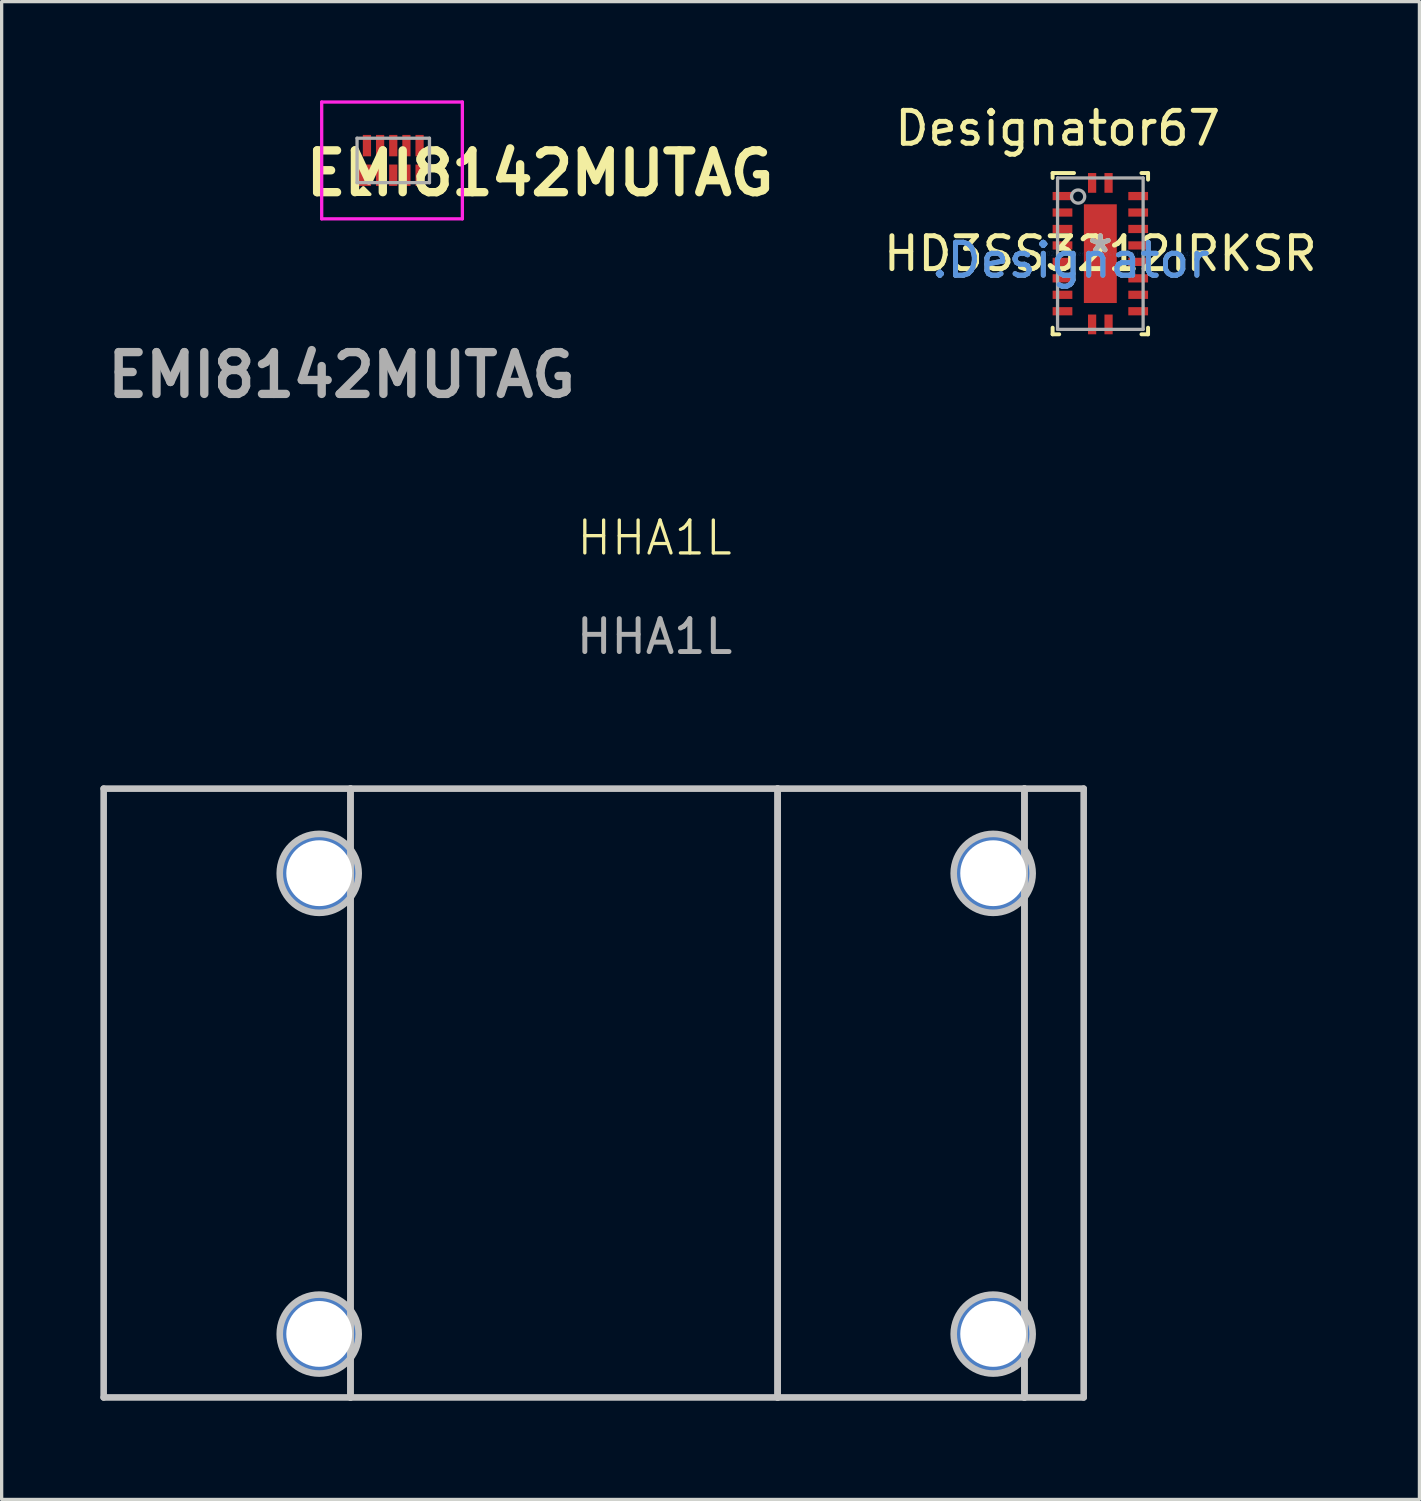
<source format=kicad_pcb>
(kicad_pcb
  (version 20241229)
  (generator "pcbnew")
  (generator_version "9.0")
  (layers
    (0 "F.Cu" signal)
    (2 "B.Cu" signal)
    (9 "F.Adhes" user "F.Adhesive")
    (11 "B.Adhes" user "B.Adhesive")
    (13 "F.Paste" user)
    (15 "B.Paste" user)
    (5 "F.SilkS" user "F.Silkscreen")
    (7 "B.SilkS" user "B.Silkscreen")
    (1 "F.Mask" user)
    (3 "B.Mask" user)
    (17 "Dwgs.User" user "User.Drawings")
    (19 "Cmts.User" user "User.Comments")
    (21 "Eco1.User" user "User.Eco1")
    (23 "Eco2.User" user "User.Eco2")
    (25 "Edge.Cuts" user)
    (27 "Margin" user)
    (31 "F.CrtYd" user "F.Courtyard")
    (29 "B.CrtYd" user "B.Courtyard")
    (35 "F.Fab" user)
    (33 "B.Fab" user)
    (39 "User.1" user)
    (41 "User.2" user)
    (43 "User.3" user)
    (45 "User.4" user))
  (footprint "EMI8142MUTAG"
    (layer "F.Cu")
    (at 8.9 1.825)
    (property "Reference" "EMI8142MUTAG" (at 4.46 0.39 0) (layer "F.SilkS") (effects (font (size 1.27 1.27) (thickness 0.254))))
    (attr smd)
    (fp_poly (pts (xy -0.91 0.83) (xy -1.11 1.03) (xy -0.71 1.03)) (stroke (width 0.1) (type solid)) (fill yes) (layer "F.SilkS"))
    (fp_line (start -2.175 -1.775) (end 2.1 -1.775) (stroke (width 0.1) (type solid)) (layer "F.CrtYd"))
    (fp_line (start -2.175 1.775) (end -2.175 -1.775) (stroke (width 0.1) (type solid)) (layer "F.CrtYd"))
    (fp_line (start 2.1 -1.775) (end 2.1 1.775) (stroke (width 0.1) (type solid)) (layer "F.CrtYd"))
    (fp_line (start 2.1 1.775) (end -2.175 1.775) (stroke (width 0.1) (type solid)) (layer "F.CrtYd"))
    (fp_line (start -1.1 -0.675) (end -1.1 0.675) (stroke (width 0.1) (type solid)) (layer "F.Fab"))
    (fp_line (start -1.1 0.675) (end 1.1 0.675) (stroke (width 0.1) (type solid)) (layer "F.Fab"))
    (fp_line (start 1.1 -0.675) (end -1.1 -0.675) (stroke (width 0.1) (type solid)) (layer "F.Fab"))
    (fp_line (start 1.1 0.675) (end 1.1 -0.675) (stroke (width 0.1) (type solid)) (layer "F.Fab"))
    (fp_text user "${REFERENCE}" (at -1.57 6.52 0) (layer "F.Fab") (effects (font (size 1.27 1.27) (thickness 0.254))))
    (pad "1" smd rect (at -0.925 0.45) (size 0.5 0.65) (layers "F.Cu" "F.Mask" "F.Paste"))
    (pad "2" smd rect (at -0.4 0.45) (size 0.25 0.65) (layers "F.Cu" "F.Mask" "F.Paste"))
    (pad "3" smd rect (at 0 0.45) (size 0.25 0.65) (layers "F.Cu" "F.Mask" "F.Paste"))
    (pad "4" smd rect (at 0.4 0.45) (size 0.25 0.65) (layers "F.Cu" "F.Mask" "F.Paste"))
    (pad "5" smd rect (at 0.8 0.45) (size 0.25 0.65) (layers "F.Cu" "F.Mask" "F.Paste"))
    (pad "6" smd rect (at 0.8 -0.45) (size 0.25 0.65) (layers "F.Cu" "F.Mask" "F.Paste"))
    (pad "7" smd rect (at 0.4 -0.45) (size 0.25 0.65) (layers "F.Cu" "F.Mask" "F.Paste"))
    (pad "8" smd rect (at 0 -0.45) (size 0.25 0.65) (layers "F.Cu" "F.Mask" "F.Paste"))
    (pad "9" smd rect (at -0.4 -0.45) (size 0.25 0.65) (layers "F.Cu" "F.Mask" "F.Paste"))
    (pad "10" smd rect (at -0.8 -0.45) (size 0.25 0.65) (layers "F.Cu" "F.Mask" "F.Paste")))
  (footprint "HD3SS3212IRKSR"
    (layer "F.Cu")
    (at 30.386 4.658)
    (property "Reference" "HD3SS3212IRKSR" (at 0 0 0) (layer "F.SilkS") (effects (font (size 1 1) (thickness 0.15))))
    (attr through_hole)
    (fp_line (start -1.45 2.45) (end -1.45 2.25) (stroke (width 0.12) (type solid)) (layer "F.SilkS"))
    (fp_line (start -1.45 2.45) (end -1.25 2.45) (stroke (width 0.12) (type solid)) (layer "F.SilkS"))
    (fp_line (start -1.45 -2.45) (end -0.8 -2.45) (stroke (width 0.12) (type solid)) (layer "F.SilkS"))
    (fp_line (start -1.45 -2.3) (end -1.45 -2.45) (stroke (width 0.12) (type solid)) (layer "F.SilkS"))
    (fp_line (start 1.25 -2.45) (end 1.45 -2.45) (stroke (width 0.12) (type solid)) (layer "F.SilkS"))
    (fp_line (start 1.25 2.45) (end 1.45 2.45) (stroke (width 0.12) (type solid)) (layer "F.SilkS"))
    (fp_line (start 1.45 -2.25) (end 1.45 -2.45) (stroke (width 0.12) (type solid)) (layer "F.SilkS"))
    (fp_line (start 1.45 2.45) (end 1.45 2.25) (stroke (width 0.12) (type solid)) (layer "F.SilkS"))
    (fp_poly (pts (xy -0.475 -0.157) (xy -0.475 -1.363) (xy -0.474 -1.373) (xy -0.471 -1.383) (xy -0.466 -1.392) (xy -0.46 -1.4) (xy -0.452 -1.406) (xy -0.443 -1.411) (xy -0.433 -1.414) (xy -0.423 -1.415) (xy 0.423 -1.415) (xy 0.433 -1.414) (xy 0.443 -1.411) (xy 0.452 -1.406) (xy 0.46 -1.4) (xy 0.466 -1.392) (xy 0.471 -1.383) (xy 0.474 -1.373) (xy 0.475 -1.363) (xy 0.475 -0.157) (xy 0.474 -0.147) (xy 0.471 -0.137) (xy 0.466 -0.128) (xy 0.46 -0.12) (xy 0.452 -0.114) (xy 0.443 -0.109) (xy 0.433 -0.106) (xy 0.423 -0.105) (xy -0.423 -0.105) (xy -0.433 -0.106) (xy -0.443 -0.109) (xy -0.452 -0.114) (xy -0.46 -0.12) (xy -0.466 -0.128) (xy -0.471 -0.137) (xy -0.474 -0.147)) (stroke (width 0.1) (type solid)) (fill yes) (layer "F.Paste"))
    (fp_poly (pts (xy -0.475 1.363) (xy -0.475 0.157) (xy -0.474 0.147) (xy -0.471 0.137) (xy -0.466 0.128) (xy -0.46 0.12) (xy -0.452 0.114) (xy -0.443 0.109) (xy -0.433 0.106) (xy -0.423 0.105) (xy 0.423 0.105) (xy 0.433 0.106) (xy 0.443 0.109) (xy 0.452 0.114) (xy 0.46 0.12) (xy 0.466 0.128) (xy 0.471 0.137) (xy 0.474 0.147) (xy 0.475 0.157) (xy 0.475 1.363) (xy 0.474 1.373) (xy 0.471 1.383) (xy 0.466 1.392) (xy 0.46 1.4) (xy 0.452 1.406) (xy 0.443 1.411) (xy 0.433 1.414) (xy 0.423 1.415) (xy -0.423 1.415) (xy -0.433 1.414) (xy -0.443 1.411) (xy -0.452 1.406) (xy -0.46 1.4) (xy -0.466 1.392) (xy -0.471 1.383) (xy -0.474 1.373)) (stroke (width 0.1) (type solid)) (fill yes) (layer "F.Paste"))
    (fp_line (start -1.3 -2.3) (end -1.3 2.3) (stroke (width 0.1) (type solid)) (layer "F.Fab"))
    (fp_line (start -1.3 -2.3) (end 1.3 -2.3) (stroke (width 0.1) (type solid)) (layer "F.Fab"))
    (fp_line (start -1.3 2.3) (end 1.3 2.3) (stroke (width 0.1) (type solid)) (layer "F.Fab"))
    (fp_line (start 1.3 -2.3) (end 1.3 2.3) (stroke (width 0.1) (type solid)) (layer "F.Fab"))
    (fp_circle (center -0.675 -1.735) (end -0.475 -1.735) (stroke (width 0.1) (type solid)) (fill no) (layer "F.Fab"))
    (fp_text user "Designator67" (at -1.295 -3.81 0) (layer "F.SilkS") (effects (font (size 1 1) (thickness 0.15))))
    (fp_text user "*" (at 0 0 0) (layer "F.SilkS") (effects (font (size 1 1) (thickness 0.15))))
    (fp_text user ".Designator" (at -0.9 0.2 0) (layer "Cmts.User") (effects (font (size 1 1) (thickness 0.15))))
    (fp_text user "Copyright 2021 Accelerated Designs. All rights reserved." (at 0 0 0) (layer "Cmts.User") (effects (font (size 0.127 0.127) (thickness 0.002))))
    (fp_text user ".Designator" (at -0.9 0.2 0) (layer "F.Fab") (effects (font (size 1 1) (thickness 0.15))))
    (fp_text user "*" (at 0 0 0) (layer "F.Fab") (effects (font (size 1 1) (thickness 0.15))))
    (pad "1" smd rect (at -0.25 -2.15) (size 0.25 0.6) (layers "F.Cu" "F.Mask" "F.Paste"))
    (pad "2" smd rect (at -1.15 -1.75 90) (size 0.25 0.6) (layers "F.Cu" "F.Mask" "F.Paste"))
    (pad "3" smd rect (at -1.15 -1.25 90) (size 0.25 0.6) (layers "F.Cu" "F.Mask" "F.Paste"))
    (pad "4" smd rect (at -1.15 -0.75 90) (size 0.25 0.6) (layers "F.Cu" "F.Mask" "F.Paste"))
    (pad "5" smd rect (at -1.15 -0.25 90) (size 0.25 0.6) (layers "F.Cu" "F.Mask" "F.Paste"))
    (pad "6" smd rect (at -1.15 0.25 90) (size 0.25 0.6) (layers "F.Cu" "F.Mask" "F.Paste"))
    (pad "7" smd rect (at -1.15 0.75 90) (size 0.25 0.6) (layers "F.Cu" "F.Mask" "F.Paste"))
    (pad "8" smd rect (at -1.15 1.25 90) (size 0.25 0.6) (layers "F.Cu" "F.Mask" "F.Paste"))
    (pad "9" smd rect (at -1.15 1.75 90) (size 0.25 0.6) (layers "F.Cu" "F.Mask" "F.Paste"))
    (pad "10" smd rect (at -0.25 2.15) (size 0.25 0.6) (layers "F.Cu" "F.Mask" "F.Paste"))
    (pad "11" smd rect (at 0.25 2.15) (size 0.25 0.6) (layers "F.Cu" "F.Mask" "F.Paste"))
    (pad "12" smd rect (at 1.15 1.75 90) (size 0.25 0.6) (layers "F.Cu" "F.Mask" "F.Paste"))
    (pad "13" smd rect (at 1.15 1.25 90) (size 0.25 0.6) (layers "F.Cu" "F.Mask" "F.Paste"))
    (pad "14" smd rect (at 1.15 0.75 90) (size 0.25 0.6) (layers "F.Cu" "F.Mask" "F.Paste"))
    (pad "15" smd rect (at 1.15 0.25 90) (size 0.25 0.6) (layers "F.Cu" "F.Mask" "F.Paste"))
    (pad "16" smd rect (at 1.15 -0.25 90) (size 0.25 0.6) (layers "F.Cu" "F.Mask" "F.Paste"))
    (pad "17" smd rect (at 1.15 -0.75 90) (size 0.25 0.6) (layers "F.Cu" "F.Mask" "F.Paste"))
    (pad "18" smd rect (at 1.15 -1.25 90) (size 0.25 0.6) (layers "F.Cu" "F.Mask" "F.Paste"))
    (pad "19" smd rect (at 1.15 -1.75 90) (size 0.25 0.6) (layers "F.Cu" "F.Mask" "F.Paste"))
    (pad "20" smd rect (at 0.25 -2.15) (size 0.25 0.6) (layers "F.Cu" "F.Mask" "F.Paste"))
    (pad "21" smd rect (at 0 0 90) (size 3 1) (layers "F.Cu" "F.Mask" "F.Paste")))
  (footprint "HHA1L"
    (layer "F.Cu")
    (at 16.89 30.484)
    (property "Reference" "HHA1L" (at -0.05 -17.19 0) (unlocked yes) (layer "F.SilkS") (effects (font (size 1 1) (thickness 0.1))))
    (attr through_hole)
    (fp_line (start -16.79 -9.57) (end -16.79 8.93) (stroke (width 0.2) (type solid)) (layer "Dwgs.User"))
    (fp_line (start -16.79 8.93) (end -9.29 8.93) (stroke (width 0.2) (type solid)) (layer "Dwgs.User"))
    (fp_line (start -9.29 -9.57) (end -16.79 -9.57) (stroke (width 0.2) (type solid)) (layer "Dwgs.User"))
    (fp_line (start -9.29 -9.57) (end -9.29 8.93) (stroke (width 0.2) (type solid)) (layer "Dwgs.User"))
    (fp_line (start -9.29 8.93) (end -9.29 -9.57) (stroke (width 0.2) (type solid)) (layer "Dwgs.User"))
    (fp_line (start -9.29 8.93) (end 3.69 8.93) (stroke (width 0.2) (type solid)) (layer "Dwgs.User"))
    (fp_line (start 3.69 -9.57) (end -9.29 -9.57) (stroke (width 0.2) (type solid)) (layer "Dwgs.User"))
    (fp_line (start 3.69 -9.57) (end 3.69 8.93) (stroke (width 0.2) (type solid)) (layer "Dwgs.User"))
    (fp_line (start 3.69 8.93) (end 3.69 -9.57) (stroke (width 0.2) (type solid)) (layer "Dwgs.User"))
    (fp_line (start 3.69 8.93) (end 11.19 8.93) (stroke (width 0.2) (type solid)) (layer "Dwgs.User"))
    (fp_line (start 11.19 -9.57) (end 3.69 -9.57) (stroke (width 0.2) (type solid)) (layer "Dwgs.User"))
    (fp_line (start 11.19 -9.57) (end 11.19 8.93) (stroke (width 0.2) (type solid)) (layer "Dwgs.User"))
    (fp_line (start 11.19 8.93) (end 11.19 -9.57) (stroke (width 0.2) (type solid)) (layer "Dwgs.User"))
    (fp_line (start 11.19 8.93) (end 12.99 8.93) (stroke (width 0.2) (type solid)) (layer "Dwgs.User"))
    (fp_line (start 12.99 -9.57) (end 11.19 -9.57) (stroke (width 0.2) (type solid)) (layer "Dwgs.User"))
    (fp_line (start 12.99 8.93) (end 12.99 -9.57) (stroke (width 0.2) (type solid)) (layer "Dwgs.User"))
    (fp_circle (center -10.24 -6.995) (end -9.04 -6.995) (stroke (width 0.2) (type solid)) (fill no) (layer "Dwgs.User"))
    (fp_circle (center -10.24 7.005) (end -9.04 7.005) (stroke (width 0.2) (type solid)) (fill no) (layer "Dwgs.User"))
    (fp_circle (center 10.24 -6.995) (end 11.44 -6.995) (stroke (width 0.2) (type solid)) (fill no) (layer "Dwgs.User"))
    (fp_circle (center 10.24 7.005) (end 11.44 7.005) (stroke (width 0.2) (type solid)) (fill no) (layer "Dwgs.User"))
    (fp_line (start -16.79 -9.57) (end -16.79 8.93) (stroke (width 0.1) (type solid)) (layer "F.CrtYd"))
    (fp_line (start -16.79 -9.57) (end 12.99 -9.57) (stroke (width 0.1) (type solid)) (layer "F.CrtYd"))
    (fp_line (start 12.99 -9.57) (end 12.99 8.93) (stroke (width 0.1) (type solid)) (layer "F.CrtYd"))
    (fp_line (start 12.99 8.93) (end -16.79 8.93) (stroke (width 0.1) (type solid)) (layer "F.CrtYd"))
    (fp_text user "${REFERENCE}" (at -0.05 -14.19 0) (unlocked yes) (layer "F.Fab") (effects (font (size 1 1) (thickness 0.15))))
    (pad "1" thru_hole circle (at -10.24 7) (size 2.4 2.4) (drill 2) (layers "*.Cu" "*.Mask"))
    (pad "2" thru_hole circle (at -10.24 -7) (size 2.4 2.4) (drill 2) (layers "*.Cu" "*.Mask"))
    (pad "3" thru_hole circle (at 10.24 7) (size 2.4 2.4) (drill 2) (layers "*.Cu" "*.Mask"))
    (pad "4" thru_hole circle (at 10.24 -7) (size 2.4 2.4) (drill 2) (layers "*.Cu" "*.Mask")))
  (gr_rect
    (start -3 -3)
    (end 40.082 42.514)
    (stroke (width 0.1) (type default))
    (fill no)
    (layer "Edge.Cuts")))
</source>
